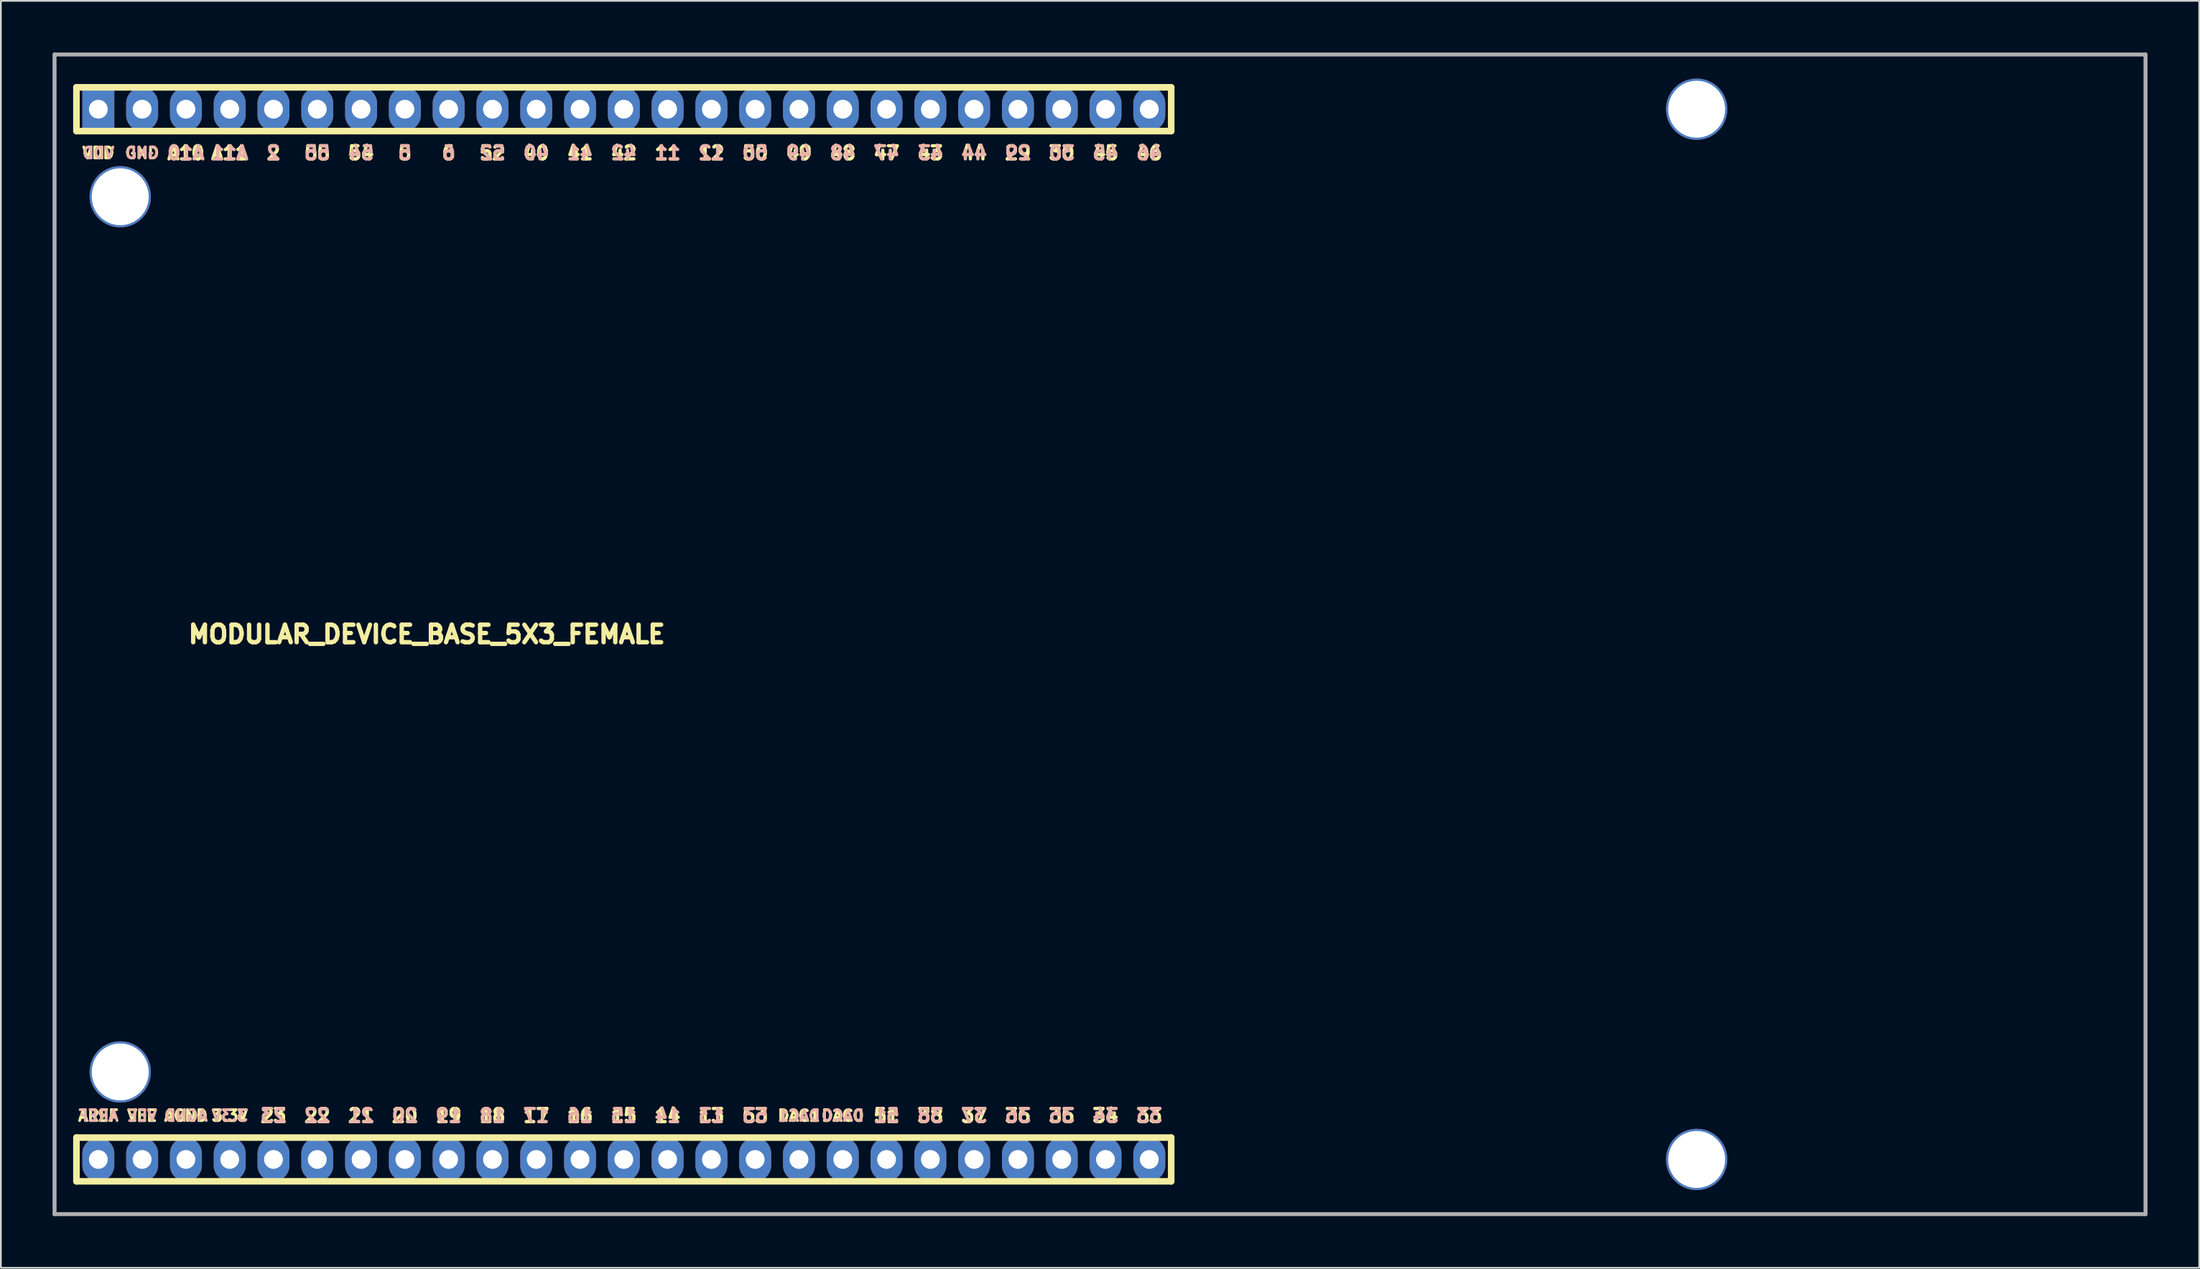
<source format=kicad_pcb>
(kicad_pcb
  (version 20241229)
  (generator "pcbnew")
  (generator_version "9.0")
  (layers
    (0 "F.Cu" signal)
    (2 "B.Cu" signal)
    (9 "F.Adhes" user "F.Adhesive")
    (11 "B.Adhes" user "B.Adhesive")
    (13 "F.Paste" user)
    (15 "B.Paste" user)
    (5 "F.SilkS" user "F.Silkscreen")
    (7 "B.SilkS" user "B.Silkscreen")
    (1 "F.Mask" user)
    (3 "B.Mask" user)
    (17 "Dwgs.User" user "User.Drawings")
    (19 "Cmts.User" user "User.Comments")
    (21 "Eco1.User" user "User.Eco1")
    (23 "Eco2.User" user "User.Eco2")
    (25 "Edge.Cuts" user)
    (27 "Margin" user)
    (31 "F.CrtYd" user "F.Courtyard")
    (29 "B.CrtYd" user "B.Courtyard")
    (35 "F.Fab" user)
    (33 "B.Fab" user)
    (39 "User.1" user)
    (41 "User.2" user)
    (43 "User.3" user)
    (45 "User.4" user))
  (footprint "MODULAR_DEVICE_BASE_5X3_FEMALE"
    (layer "F.Cu")
    (at 21.704 33.769)
    (property "Reference" "MODULAR_DEVICE_BASE_5X3_FEMALE" (at 0 0 0) (layer "F.SilkS") (effects (font (size 1.016 1.016) (thickness 0.254))))
    (attr through_hole)
    (fp_line (start -20.32 -31.75) (end -20.32 -29.21) (stroke (width 0.381) (type solid)) (layer "F.SilkS"))
    (fp_line (start -20.32 -31.75) (end 43.18 -31.75) (stroke (width 0.381) (type solid)) (layer "F.SilkS"))
    (fp_line (start -20.32 -29.21) (end 43.18 -29.21) (stroke (width 0.381) (type solid)) (layer "F.SilkS"))
    (fp_line (start -20.32 29.21) (end -20.32 31.75) (stroke (width 0.381) (type solid)) (layer "F.SilkS"))
    (fp_line (start -20.32 29.21) (end 43.18 29.21) (stroke (width 0.381) (type solid)) (layer "F.SilkS"))
    (fp_line (start -20.32 31.75) (end 43.18 31.75) (stroke (width 0.381) (type solid)) (layer "F.SilkS"))
    (fp_line (start 43.18 -29.21) (end 43.18 -31.75) (stroke (width 0.381) (type solid)) (layer "F.SilkS"))
    (fp_line (start 43.18 31.75) (end 43.18 29.21) (stroke (width 0.381) (type solid)) (layer "F.SilkS"))
    (fp_line (start -21.59 -33.655) (end -21.59 33.655) (stroke (width 0.229) (type solid)) (layer "F.Fab"))
    (fp_line (start -21.59 33.655) (end 99.695 33.655) (stroke (width 0.229) (type solid)) (layer "F.Fab"))
    (fp_line (start 99.695 -33.655) (end -21.59 -33.655) (stroke (width 0.229) (type solid)) (layer "F.Fab"))
    (fp_line (start 99.695 33.655) (end 99.695 -33.655) (stroke (width 0.229) (type solid)) (layer "F.Fab"))
    (fp_text user "43" (at 29.21 -27.94 0) (layer "F.SilkS") (effects (font (size 0.762 0.762) (thickness 0.191))))
    (fp_text user "38" (at 29.21 27.94 0) (layer "F.SilkS") (effects (font (size 0.762 0.762) (thickness 0.191))))
    (fp_text user "46" (at 41.91 -27.94 0) (layer "F.SilkS") (effects (font (size 0.762 0.762) (thickness 0.191))))
    (fp_text user "17" (at 6.35 27.94 0) (layer "F.SilkS") (effects (font (size 0.762 0.762) (thickness 0.191))))
    (fp_text user "20" (at -1.27 27.94 0) (layer "F.SilkS") (effects (font (size 0.762 0.762) (thickness 0.191))))
    (fp_text user "52" (at 3.81 -27.94 0) (layer "F.SilkS") (effects (font (size 0.762 0.762) (thickness 0.191))))
    (fp_text user "33" (at 41.91 27.94 0) (layer "F.SilkS") (effects (font (size 0.762 0.762) (thickness 0.191))))
    (fp_text user "DAC1" (at 21.59 27.94 0) (layer "F.SilkS") (effects (font (size 0.635 0.635) (thickness 0.159))))
    (fp_text user "21" (at -3.81 27.94 0) (layer "F.SilkS") (effects (font (size 0.762 0.762) (thickness 0.191))))
    (fp_text user "14" (at 13.97 27.94 0) (layer "F.SilkS") (effects (font (size 0.762 0.762) (thickness 0.191))))
    (fp_text user "47" (at 26.67 -27.94 0) (layer "F.SilkS") (effects (font (size 0.762 0.762) (thickness 0.191))))
    (fp_text user "53" (at 19.05 27.94 0) (layer "F.SilkS") (effects (font (size 0.762 0.762) (thickness 0.191))))
    (fp_text user "23" (at -8.89 27.94 0) (layer "F.SilkS") (effects (font (size 0.762 0.762) (thickness 0.191))))
    (fp_text user "GND" (at -16.51 -27.94 0) (layer "F.SilkS") (effects (font (size 0.635 0.635) (thickness 0.159))))
    (fp_text user "34" (at 39.37 27.94 0) (layer "F.SilkS") (effects (font (size 0.762 0.762) (thickness 0.191))))
    (fp_text user "51" (at 26.67 27.94 0) (layer "F.SilkS") (effects (font (size 0.762 0.762) (thickness 0.191))))
    (fp_text user "16" (at 8.89 27.94 0) (layer "F.SilkS") (effects (font (size 0.762 0.762) (thickness 0.191))))
    (fp_text user "49" (at 21.59 -27.94 0) (layer "F.SilkS") (effects (font (size 0.762 0.762) (thickness 0.191))))
    (fp_text user "12" (at 16.51 -27.94 0) (layer "F.SilkS") (effects (font (size 0.762 0.762) (thickness 0.191))))
    (fp_text user "13" (at 16.51 27.94 0) (layer "F.SilkS") (effects (font (size 0.762 0.762) (thickness 0.191))))
    (fp_text user "3.3V" (at -11.43 27.94 0) (layer "F.SilkS") (effects (font (size 0.635 0.635) (thickness 0.159))))
    (fp_text user "15" (at 11.43 27.94 0) (layer "F.SilkS") (effects (font (size 0.762 0.762) (thickness 0.191))))
    (fp_text user "11" (at 13.97 -27.94 0) (layer "F.SilkS") (effects (font (size 0.762 0.762) (thickness 0.191))))
    (fp_text user "36" (at 34.29 27.94 0) (layer "F.SilkS") (effects (font (size 0.762 0.762) (thickness 0.191))))
    (fp_text user "35" (at 36.83 27.94 0) (layer "F.SilkS") (effects (font (size 0.762 0.762) (thickness 0.191))))
    (fp_text user "54" (at -3.81 -27.94 0) (layer "F.SilkS") (effects (font (size 0.762 0.762) (thickness 0.191))))
    (fp_text user "44" (at 31.75 -27.94 0) (layer "F.SilkS") (effects (font (size 0.762 0.762) (thickness 0.191))))
    (fp_text user "30" (at 36.83 -27.94 0) (layer "F.SilkS") (effects (font (size 0.762 0.762) (thickness 0.191))))
    (fp_text user "DAC0" (at 24.13 27.94 0) (layer "F.SilkS") (effects (font (size 0.635 0.635) (thickness 0.159))))
    (fp_text user "48" (at 24.13 -27.94 0) (layer "F.SilkS") (effects (font (size 0.762 0.762) (thickness 0.191))))
    (fp_text user "5" (at -1.27 -27.94 0) (layer "F.SilkS") (effects (font (size 0.762 0.762) (thickness 0.191))))
    (fp_text user "41" (at 8.89 -27.94 0) (layer "F.SilkS") (effects (font (size 0.762 0.762) (thickness 0.191))))
    (fp_text user "42" (at 11.43 -27.94 0) (layer "F.SilkS") (effects (font (size 0.762 0.762) (thickness 0.191))))
    (fp_text user "AGND" (at -13.97 27.94 0) (layer "F.SilkS") (effects (font (size 0.635 0.635) (thickness 0.159))))
    (fp_text user "37" (at 31.75 27.94 0) (layer "F.SilkS") (effects (font (size 0.762 0.762) (thickness 0.191))))
    (fp_text user "A10" (at -13.97 -27.94 0) (layer "F.SilkS") (effects (font (size 0.762 0.762) (thickness 0.191))))
    (fp_text user "55" (at -6.35 -27.94 0) (layer "F.SilkS") (effects (font (size 0.762 0.762) (thickness 0.191))))
    (fp_text user "A11" (at -11.43 -27.94 0) (layer "F.SilkS") (effects (font (size 0.762 0.762) (thickness 0.191))))
    (fp_text user "50" (at 19.05 -27.94 0) (layer "F.SilkS") (effects (font (size 0.762 0.762) (thickness 0.191))))
    (fp_text user "18" (at 3.81 27.94 0) (layer "F.SilkS") (effects (font (size 0.762 0.762) (thickness 0.191))))
    (fp_text user "45" (at 39.37 -27.94 0) (layer "F.SilkS") (effects (font (size 0.762 0.762) (thickness 0.191))))
    (fp_text user "29" (at 34.29 -27.94 0) (layer "F.SilkS") (effects (font (size 0.762 0.762) (thickness 0.191))))
    (fp_text user "AREF" (at -19.05 27.94 0) (layer "F.SilkS") (effects (font (size 0.635 0.635) (thickness 0.159))))
    (fp_text user "19" (at 1.27 27.94 0) (layer "F.SilkS") (effects (font (size 0.762 0.762) (thickness 0.191))))
    (fp_text user "2" (at -8.89 -27.94 0) (layer "F.SilkS") (effects (font (size 0.762 0.762) (thickness 0.191))))
    (fp_text user "VDD" (at -19.05 -27.94 0) (layer "F.SilkS") (effects (font (size 0.635 0.635) (thickness 0.159))))
    (fp_text user "22" (at -6.35 27.94 0) (layer "F.SilkS") (effects (font (size 0.762 0.762) (thickness 0.191))))
    (fp_text user "6" (at 1.27 -27.94 0) (layer "F.SilkS") (effects (font (size 0.762 0.762) (thickness 0.191))))
    (fp_text user "40" (at 6.35 -27.94 0) (layer "F.SilkS") (effects (font (size 0.762 0.762) (thickness 0.191))))
    (fp_text user "VEE" (at -16.51 27.94 0) (layer "F.SilkS") (effects (font (size 0.635 0.635) (thickness 0.159))))
    (fp_text user "18" (at 3.81 27.94 0) (layer "B.SilkS") (effects (font (size 0.762 0.762) (thickness 0.191)) (justify mirror)))
    (fp_text user "15" (at 11.43 27.94 0) (layer "B.SilkS") (effects (font (size 0.762 0.762) (thickness 0.191)) (justify mirror)))
    (fp_text user "29" (at 34.29 -27.94 0) (layer "B.SilkS") (effects (font (size 0.762 0.762) (thickness 0.191)) (justify mirror)))
    (fp_text user "35" (at 36.83 27.94 0) (layer "B.SilkS") (effects (font (size 0.762 0.762) (thickness 0.191)) (justify mirror)))
    (fp_text user "17" (at 6.35 27.94 0) (layer "B.SilkS") (effects (font (size 0.762 0.762) (thickness 0.191)) (justify mirror)))
    (fp_text user "5" (at -1.27 -27.94 0) (layer "B.SilkS") (effects (font (size 0.762 0.762) (thickness 0.191)) (justify mirror)))
    (fp_text user "33" (at 41.91 27.94 0) (layer "B.SilkS") (effects (font (size 0.762 0.762) (thickness 0.191)) (justify mirror)))
    (fp_text user "A10" (at -13.97 -27.94 0) (layer "B.SilkS") (effects (font (size 0.762 0.762) (thickness 0.191)) (justify mirror)))
    (fp_text user "VEE" (at -16.51 27.94 0) (layer "B.SilkS") (effects (font (size 0.635 0.635) (thickness 0.159)) (justify mirror)))
    (fp_text user "55" (at -6.35 -27.94 0) (layer "B.SilkS") (effects (font (size 0.762 0.762) (thickness 0.191)) (justify mirror)))
    (fp_text user "AGND" (at -13.97 27.94 0) (layer "B.SilkS") (effects (font (size 0.635 0.635) (thickness 0.159)) (justify mirror)))
    (fp_text user "36" (at 34.29 27.94 0) (layer "B.SilkS") (effects (font (size 0.762 0.762) (thickness 0.191)) (justify mirror)))
    (fp_text user "42" (at 11.43 -27.94 0) (layer "B.SilkS") (effects (font (size 0.762 0.762) (thickness 0.191)) (justify mirror)))
    (fp_text user "51" (at 26.67 27.94 0) (layer "B.SilkS") (effects (font (size 0.762 0.762) (thickness 0.191)) (justify mirror)))
    (fp_text user "49" (at 21.59 -27.94 0) (layer "B.SilkS") (effects (font (size 0.762 0.762) (thickness 0.191)) (justify mirror)))
    (fp_text user "A11" (at -11.43 -27.94 0) (layer "B.SilkS") (effects (font (size 0.762 0.762) (thickness 0.191)) (justify mirror)))
    (fp_text user "GND" (at -16.51 -27.94 0) (layer "B.SilkS") (effects (font (size 0.635 0.635) (thickness 0.159)) (justify mirror)))
    (fp_text user "50" (at 19.05 -27.94 0) (layer "B.SilkS") (effects (font (size 0.762 0.762) (thickness 0.191)) (justify mirror)))
    (fp_text user "13" (at 16.51 27.94 0) (layer "B.SilkS") (effects (font (size 0.762 0.762) (thickness 0.191)) (justify mirror)))
    (fp_text user "30" (at 36.83 -27.94 0) (layer "B.SilkS") (effects (font (size 0.762 0.762) (thickness 0.191)) (justify mirror)))
    (fp_text user "22" (at -6.35 27.94 0) (layer "B.SilkS") (effects (font (size 0.762 0.762) (thickness 0.191)) (justify mirror)))
    (fp_text user "44" (at 31.75 -27.94 0) (layer "B.SilkS") (effects (font (size 0.762 0.762) (thickness 0.191)) (justify mirror)))
    (fp_text user "38" (at 29.21 27.94 0) (layer "B.SilkS") (effects (font (size 0.762 0.762) (thickness 0.191)) (justify mirror)))
    (fp_text user "12" (at 16.51 -27.94 0) (layer "B.SilkS") (effects (font (size 0.762 0.762) (thickness 0.191)) (justify mirror)))
    (fp_text user "54" (at -3.81 -27.94 0) (layer "B.SilkS") (effects (font (size 0.762 0.762) (thickness 0.191)) (justify mirror)))
    (fp_text user "11" (at 13.97 -27.94 0) (layer "B.SilkS") (effects (font (size 0.762 0.762) (thickness 0.191)) (justify mirror)))
    (fp_text user "14" (at 13.97 27.94 0) (layer "B.SilkS") (effects (font (size 0.762 0.762) (thickness 0.191)) (justify mirror)))
    (fp_text user "DAC0" (at 24.13 27.94 0) (layer "B.SilkS") (effects (font (size 0.635 0.635) (thickness 0.159)) (justify mirror)))
    (fp_text user "2" (at -8.89 -27.94 0) (layer "B.SilkS") (effects (font (size 0.762 0.762) (thickness 0.191)) (justify mirror)))
    (fp_text user "45" (at 39.37 -27.94 0) (layer "B.SilkS") (effects (font (size 0.762 0.762) (thickness 0.191)) (justify mirror)))
    (fp_text user "20" (at -1.27 27.94 0) (layer "B.SilkS") (effects (font (size 0.762 0.762) (thickness 0.191)) (justify mirror)))
    (fp_text user "48" (at 24.13 -27.94 0) (layer "B.SilkS") (effects (font (size 0.762 0.762) (thickness 0.191)) (justify mirror)))
    (fp_text user "46" (at 41.91 -27.94 0) (layer "B.SilkS") (effects (font (size 0.762 0.762) (thickness 0.191)) (justify mirror)))
    (fp_text user "AREF" (at -19.05 27.94 0) (layer "B.SilkS") (effects (font (size 0.635 0.635) (thickness 0.159)) (justify mirror)))
    (fp_text user "DAC1" (at 21.59 27.94 0) (layer "B.SilkS") (effects (font (size 0.635 0.635) (thickness 0.159)) (justify mirror)))
    (fp_text user "43" (at 29.21 -27.94 0) (layer "B.SilkS") (effects (font (size 0.762 0.762) (thickness 0.191)) (justify mirror)))
    (fp_text user "6" (at 1.27 -27.94 0) (layer "B.SilkS") (effects (font (size 0.762 0.762) (thickness 0.191)) (justify mirror)))
    (fp_text user "21" (at -3.81 27.94 0) (layer "B.SilkS") (effects (font (size 0.762 0.762) (thickness 0.191)) (justify mirror)))
    (fp_text user "16" (at 8.89 27.94 0) (layer "B.SilkS") (effects (font (size 0.762 0.762) (thickness 0.191)) (justify mirror)))
    (fp_text user "53" (at 19.05 27.94 0) (layer "B.SilkS") (effects (font (size 0.762 0.762) (thickness 0.191)) (justify mirror)))
    (fp_text user "19" (at 1.27 27.94 0) (layer "B.SilkS") (effects (font (size 0.762 0.762) (thickness 0.191)) (justify mirror)))
    (fp_text user "3.3V" (at -11.43 27.94 0) (layer "B.SilkS") (effects (font (size 0.635 0.635) (thickness 0.159)) (justify mirror)))
    (fp_text user "37" (at 31.75 27.94 0) (layer "B.SilkS") (effects (font (size 0.762 0.762) (thickness 0.191)) (justify mirror)))
    (fp_text user "23" (at -8.89 27.94 0) (layer "B.SilkS") (effects (font (size 0.762 0.762) (thickness 0.191)) (justify mirror)))
    (fp_text user "52" (at 3.81 -27.94 0) (layer "B.SilkS") (effects (font (size 0.762 0.762) (thickness 0.191)) (justify mirror)))
    (fp_text user "47" (at 26.67 -27.94 0) (layer "B.SilkS") (effects (font (size 0.762 0.762) (thickness 0.191)) (justify mirror)))
    (fp_text user "34" (at 39.37 27.94 0) (layer "B.SilkS") (effects (font (size 0.762 0.762) (thickness 0.191)) (justify mirror)))
    (fp_text user "VDD" (at -19.05 -27.94 0) (layer "B.SilkS") (effects (font (size 0.635 0.635) (thickness 0.159)) (justify mirror)))
    (fp_text user "40" (at 6.35 -27.94 0) (layer "B.SilkS") (effects (font (size 0.762 0.762) (thickness 0.191)) (justify mirror)))
    (fp_text user "41" (at 8.89 -27.94 0) (layer "B.SilkS") (effects (font (size 0.762 0.762) (thickness 0.191)) (justify mirror)))
    (pad "" thru_hole circle (at -17.78 -25.4) (size 3.556 3.556) (drill 3.302) (layers "*.Cu" "*.Mask"))
    (pad "" thru_hole circle (at -17.78 25.4) (size 3.556 3.556) (drill 3.302) (layers "*.Cu" "*.Mask"))
    (pad "" thru_hole circle (at 73.66 -30.48) (size 3.556 3.556) (drill 3.302) (layers "*.Cu" "*.Mask"))
    (pad "" thru_hole circle (at 73.66 30.48) (size 3.556 3.556) (drill 3.302) (layers "*.Cu" "*.Mask"))
    (pad "2" thru_hole oval (at -8.89 -30.48) (size 1.854 2.54) (drill 1.092) (layers "*.Cu" "*.Mask"))
    (pad "3V3" thru_hole oval (at -11.43 30.48) (size 1.854 2.54) (drill 1.092) (layers "*.Cu" "*.Mask"))
    (pad "5" thru_hole oval (at -1.27 -30.48) (size 1.854 2.54) (drill 1.092) (layers "*.Cu" "*.Mask"))
    (pad "6" thru_hole oval (at 1.27 -30.48) (size 1.854 2.54) (drill 1.092) (layers "*.Cu" "*.Mask"))
    (pad "11" thru_hole oval (at 13.97 -30.48) (size 1.854 2.54) (drill 1.092) (layers "*.Cu" "*.Mask"))
    (pad "12" thru_hole oval (at 16.51 -30.48) (size 1.854 2.54) (drill 1.092) (layers "*.Cu" "*.Mask"))
    (pad "13" thru_hole oval (at 16.51 30.48) (size 1.854 2.54) (drill 1.092) (layers "*.Cu" "*.Mask"))
    (pad "14" thru_hole oval (at 13.97 30.48) (size 1.854 2.54) (drill 1.092) (layers "*.Cu" "*.Mask"))
    (pad "15" thru_hole oval (at 11.43 30.48) (size 1.854 2.54) (drill 1.092) (layers "*.Cu" "*.Mask"))
    (pad "16" thru_hole oval (at 8.89 30.48) (size 1.854 2.54) (drill 1.092) (layers "*.Cu" "*.Mask"))
    (pad "17" thru_hole oval (at 6.35 30.48) (size 1.854 2.54) (drill 1.092) (layers "*.Cu" "*.Mask"))
    (pad "18" thru_hole oval (at 3.81 30.48) (size 1.854 2.54) (drill 1.092) (layers "*.Cu" "*.Mask"))
    (pad "19" thru_hole oval (at 1.27 30.48) (size 1.854 2.54) (drill 1.092) (layers "*.Cu" "*.Mask"))
    (pad "20" thru_hole oval (at -1.27 30.48) (size 1.854 2.54) (drill 1.092) (layers "*.Cu" "*.Mask"))
    (pad "21" thru_hole oval (at -3.81 30.48) (size 1.854 2.54) (drill 1.092) (layers "*.Cu" "*.Mask"))
    (pad "22" thru_hole oval (at -6.35 30.48) (size 1.854 2.54) (drill 1.092) (layers "*.Cu" "*.Mask"))
    (pad "23" thru_hole oval (at -8.89 30.48) (size 1.854 2.54) (drill 1.092) (layers "*.Cu" "*.Mask"))
    (pad "29" thru_hole oval (at 34.29 -30.48) (size 1.854 2.54) (drill 1.092) (layers "*.Cu" "*.Mask"))
    (pad "30" thru_hole oval (at 36.83 -30.48) (size 1.854 2.54) (drill 1.092) (layers "*.Cu" "*.Mask"))
    (pad "33" thru_hole oval (at 41.91 30.48) (size 1.854 2.54) (drill 1.092) (layers "*.Cu" "*.Mask"))
    (pad "34" thru_hole oval (at 39.37 30.48) (size 1.854 2.54) (drill 1.092) (layers "*.Cu" "*.Mask"))
    (pad "35" thru_hole oval (at 36.83 30.48) (size 1.854 2.54) (drill 1.092) (layers "*.Cu" "*.Mask"))
    (pad "36" thru_hole oval (at 34.29 30.48) (size 1.854 2.54) (drill 1.092) (layers "*.Cu" "*.Mask"))
    (pad "37" thru_hole oval (at 31.75 30.48) (size 1.854 2.54) (drill 1.092) (layers "*.Cu" "*.Mask"))
    (pad "38" thru_hole oval (at 29.21 30.48) (size 1.854 2.54) (drill 1.092) (layers "*.Cu" "*.Mask"))
    (pad "40" thru_hole oval (at 6.35 -30.48) (size 1.854 2.54) (drill 1.092) (layers "*.Cu" "*.Mask"))
    (pad "41" thru_hole oval (at 8.89 -30.48) (size 1.854 2.54) (drill 1.092) (layers "*.Cu" "*.Mask"))
    (pad "42" thru_hole oval (at 11.43 -30.48) (size 1.854 2.54) (drill 1.092) (layers "*.Cu" "*.Mask"))
    (pad "43" thru_hole oval (at 29.21 -30.48) (size 1.854 2.54) (drill 1.092) (layers "*.Cu" "*.Mask"))
    (pad "44" thru_hole oval (at 31.75 -30.48) (size 1.854 2.54) (drill 1.092) (layers "*.Cu" "*.Mask"))
    (pad "45" thru_hole oval (at 39.37 -30.48) (size 1.854 2.54) (drill 1.092) (layers "*.Cu" "*.Mask"))
    (pad "46" thru_hole oval (at 41.91 -30.48) (size 1.854 2.54) (drill 1.092) (layers "*.Cu" "*.Mask"))
    (pad "47" thru_hole oval (at 26.67 -30.48) (size 1.854 2.54) (drill 1.092) (layers "*.Cu" "*.Mask"))
    (pad "48" thru_hole oval (at 24.13 -30.48) (size 1.854 2.54) (drill 1.092) (layers "*.Cu" "*.Mask"))
    (pad "49" thru_hole oval (at 21.59 -30.48) (size 1.854 2.54) (drill 1.092) (layers "*.Cu" "*.Mask"))
    (pad "50" thru_hole oval (at 19.05 -30.48) (size 1.854 2.54) (drill 1.092) (layers "*.Cu" "*.Mask"))
    (pad "51" thru_hole oval (at 26.67 30.48) (size 1.854 2.54) (drill 1.092) (layers "*.Cu" "*.Mask"))
    (pad "52" thru_hole oval (at 3.81 -30.48) (size 1.854 2.54) (drill 1.092) (layers "*.Cu" "*.Mask"))
    (pad "53" thru_hole oval (at 19.05 30.48) (size 1.854 2.54) (drill 1.092) (layers "*.Cu" "*.Mask"))
    (pad "54" thru_hole oval (at -3.81 -30.48) (size 1.854 2.54) (drill 1.092) (layers "*.Cu" "*.Mask"))
    (pad "55" thru_hole oval (at -6.35 -30.48) (size 1.854 2.54) (drill 1.092) (layers "*.Cu" "*.Mask"))
    (pad "A10" thru_hole oval (at -13.97 -30.48) (size 1.854 2.54) (drill 1.092) (layers "*.Cu" "*.Mask"))
    (pad "A11" thru_hole oval (at -11.43 -30.48) (size 1.854 2.54) (drill 1.092) (layers "*.Cu" "*.Mask"))
    (pad "AGND" thru_hole oval (at -13.97 30.48) (size 1.854 2.54) (drill 1.092) (layers "*.Cu" "*.Mask"))
    (pad "AREF" thru_hole oval (at -19.05 30.48) (size 1.854 2.54) (drill 1.092) (layers "*.Cu" "*.Mask"))
    (pad "DAC0" thru_hole oval (at 24.13 30.48) (size 1.854 2.54) (drill 1.092) (layers "*.Cu" "*.Mask"))
    (pad "DAC1" thru_hole oval (at 21.59 30.48) (size 1.854 2.54) (drill 1.092) (layers "*.Cu" "*.Mask"))
    (pad "GND" thru_hole oval (at -16.51 -30.48) (size 1.854 2.54) (drill 1.092) (layers "*.Cu" "*.Mask"))
    (pad "VDD" thru_hole rect (at -19.05 -30.48) (size 1.854 2.54) (drill 1.092) (layers "*.Cu" "*.Mask"))
    (pad "VEE" thru_hole oval (at -16.51 30.48) (size 1.854 2.54) (drill 1.092) (layers "*.Cu" "*.Mask")))
  (gr_rect
    (start -3 -3)
    (end 124.514 70.539)
    (stroke (width 0.1) (type default))
    (fill no)
    (layer "Edge.Cuts")))
</source>
